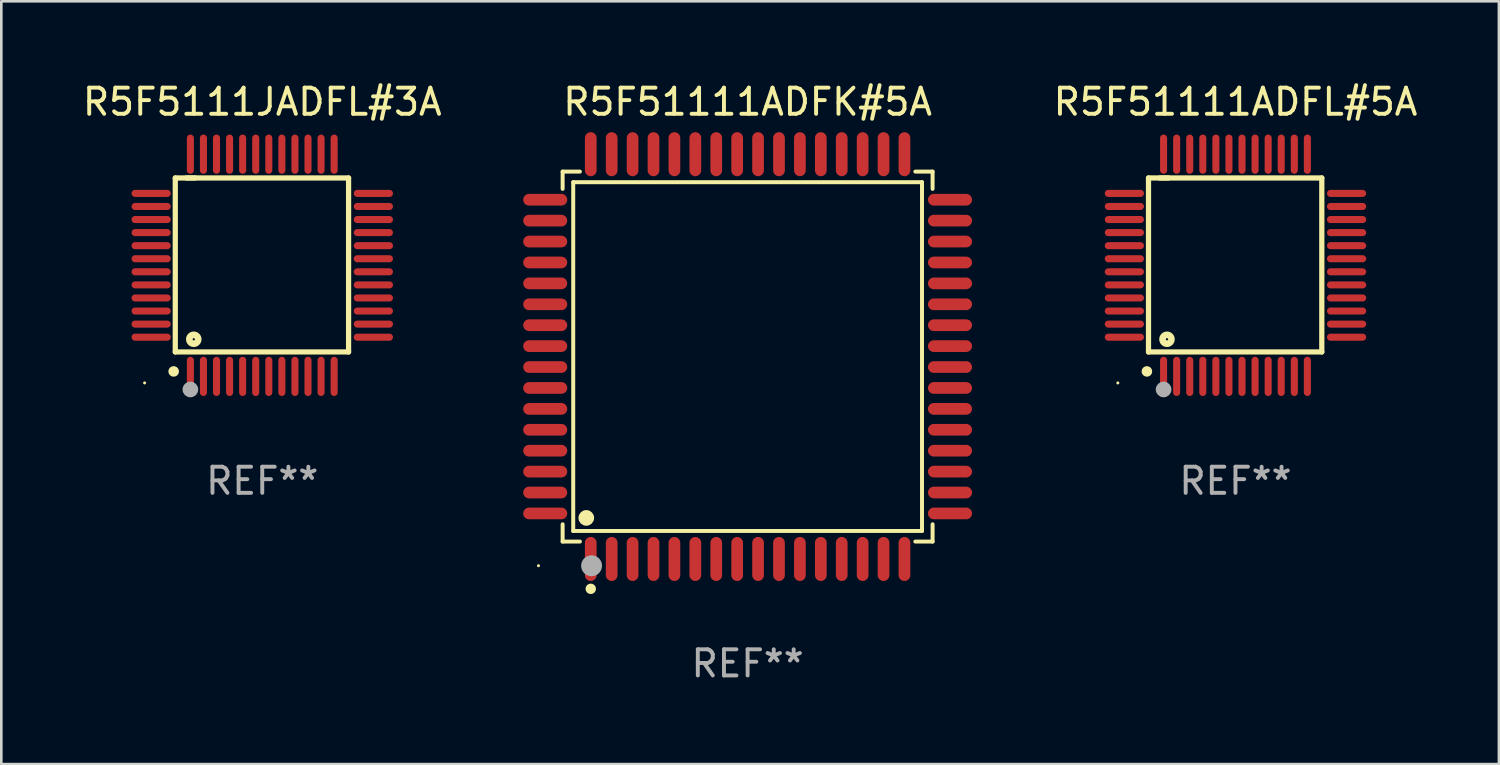
<source format=kicad_pcb>
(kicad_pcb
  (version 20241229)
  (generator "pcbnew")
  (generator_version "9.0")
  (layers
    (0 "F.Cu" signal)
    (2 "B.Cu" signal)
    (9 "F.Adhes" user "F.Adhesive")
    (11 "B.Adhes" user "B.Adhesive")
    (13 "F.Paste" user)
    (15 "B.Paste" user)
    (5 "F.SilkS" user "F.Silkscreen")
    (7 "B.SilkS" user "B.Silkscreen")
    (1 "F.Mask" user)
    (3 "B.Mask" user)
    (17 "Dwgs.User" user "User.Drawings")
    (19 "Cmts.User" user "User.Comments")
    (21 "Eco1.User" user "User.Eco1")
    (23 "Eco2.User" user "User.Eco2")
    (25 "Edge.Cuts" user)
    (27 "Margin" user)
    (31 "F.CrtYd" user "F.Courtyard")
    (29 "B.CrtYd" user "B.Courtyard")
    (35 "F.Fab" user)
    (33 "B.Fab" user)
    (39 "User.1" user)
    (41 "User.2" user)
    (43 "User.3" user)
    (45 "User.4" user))
  (footprint "R5F5111JADFL#3A"
    (layer "F.Cu")
    (at 6.982 7.098)
    (property "Reference" "R5F5111JADFL#3A" (at 0 -6.25 0) (layer "F.SilkS") (effects (font (size 1 1) (thickness 0.15))))
    (attr through_hole)
    (fp_line (start -3.327 -3.34) (end -2.565 -3.34) (stroke (width 0.2) (type solid)) (layer "F.SilkS"))
    (fp_line (start -3.327 3.315) (end -3.327 -3.34) (stroke (width 0.2) (type solid)) (layer "F.SilkS"))
    (fp_line (start -2.896 -3.34) (end 3.302 -3.34) (stroke (width 0.2) (type solid)) (layer "F.SilkS"))
    (fp_line (start 3.302 -3.34) (end 3.302 3.315) (stroke (width 0.2) (type solid)) (layer "F.SilkS"))
    (fp_line (start 3.302 3.315) (end -3.327 3.315) (stroke (width 0.2) (type solid)) (layer "F.SilkS"))
    (fp_arc (start -3.389992 4.059995) (mid -3.388722 4.059991) (end -3.387452 4.059995) (stroke (width 0.4) (type solid)) (layer "F.SilkS"))
    (fp_circle (center -4.5 4.5) (end -4.47 4.5) (stroke (width 0.06) (type solid)) (fill no) (layer "F.SilkS"))
    (fp_circle (center -2.62 2.83) (end -2.45 2.83) (stroke (width 0.254) (type solid)) (fill no) (layer "F.SilkS"))
    (fp_circle (center -2.75 4.75) (end -2.6 4.75) (stroke (width 0.3) (type solid)) (fill no) (layer "F.Fab"))
    (fp_text user "REF**" (at 0 8.25 0) (layer "F.Fab") (effects (font (size 1 1) (thickness 0.15))))
    (pad "1" smd oval (at -2.75 4.25) (size 0.27 1.5) (layers "F.Cu" "F.Mask" "F.Paste"))
    (pad "2" smd oval (at -2.25 4.25) (size 0.27 1.5) (layers "F.Cu" "F.Mask" "F.Paste"))
    (pad "3" smd oval (at -1.75 4.25) (size 0.27 1.5) (layers "F.Cu" "F.Mask" "F.Paste"))
    (pad "4" smd oval (at -1.25 4.25) (size 0.27 1.5) (layers "F.Cu" "F.Mask" "F.Paste"))
    (pad "5" smd oval (at -0.75 4.25) (size 0.27 1.5) (layers "F.Cu" "F.Mask" "F.Paste"))
    (pad "6" smd oval (at -0.25 4.25) (size 0.27 1.5) (layers "F.Cu" "F.Mask" "F.Paste"))
    (pad "7" smd oval (at 0.25 4.25) (size 0.27 1.5) (layers "F.Cu" "F.Mask" "F.Paste"))
    (pad "8" smd oval (at 0.75 4.25) (size 0.27 1.5) (layers "F.Cu" "F.Mask" "F.Paste"))
    (pad "9" smd oval (at 1.25 4.25) (size 0.27 1.5) (layers "F.Cu" "F.Mask" "F.Paste"))
    (pad "10" smd oval (at 1.75 4.25) (size 0.27 1.5) (layers "F.Cu" "F.Mask" "F.Paste"))
    (pad "11" smd oval (at 2.25 4.25) (size 0.27 1.5) (layers "F.Cu" "F.Mask" "F.Paste"))
    (pad "12" smd oval (at 2.75 4.25) (size 0.27 1.5) (layers "F.Cu" "F.Mask" "F.Paste"))
    (pad "13" smd oval (at 4.25 2.75) (size 1.5 0.27) (layers "F.Cu" "F.Mask" "F.Paste"))
    (pad "14" smd oval (at 4.25 2.25) (size 1.5 0.27) (layers "F.Cu" "F.Mask" "F.Paste"))
    (pad "15" smd oval (at 4.25 1.75) (size 1.5 0.27) (layers "F.Cu" "F.Mask" "F.Paste"))
    (pad "16" smd oval (at 4.25 1.25) (size 1.5 0.27) (layers "F.Cu" "F.Mask" "F.Paste"))
    (pad "17" smd oval (at 4.25 0.75) (size 1.5 0.27) (layers "F.Cu" "F.Mask" "F.Paste"))
    (pad "18" smd oval (at 4.25 0.25) (size 1.5 0.27) (layers "F.Cu" "F.Mask" "F.Paste"))
    (pad "19" smd oval (at 4.25 -0.25) (size 1.5 0.27) (layers "F.Cu" "F.Mask" "F.Paste"))
    (pad "20" smd oval (at 4.25 -0.75) (size 1.5 0.27) (layers "F.Cu" "F.Mask" "F.Paste"))
    (pad "21" smd oval (at 4.25 -1.25) (size 1.5 0.27) (layers "F.Cu" "F.Mask" "F.Paste"))
    (pad "22" smd oval (at 4.25 -1.75) (size 1.5 0.27) (layers "F.Cu" "F.Mask" "F.Paste"))
    (pad "23" smd oval (at 4.25 -2.25) (size 1.5 0.27) (layers "F.Cu" "F.Mask" "F.Paste"))
    (pad "24" smd oval (at 4.25 -2.75) (size 1.5 0.27) (layers "F.Cu" "F.Mask" "F.Paste"))
    (pad "25" smd oval (at 2.75 -4.25) (size 0.27 1.5) (layers "F.Cu" "F.Mask" "F.Paste"))
    (pad "26" smd oval (at 2.25 -4.25) (size 0.27 1.5) (layers "F.Cu" "F.Mask" "F.Paste"))
    (pad "27" smd oval (at 1.75 -4.25) (size 0.27 1.5) (layers "F.Cu" "F.Mask" "F.Paste"))
    (pad "28" smd oval (at 1.25 -4.25) (size 0.27 1.5) (layers "F.Cu" "F.Mask" "F.Paste"))
    (pad "29" smd oval (at 0.75 -4.25) (size 0.27 1.5) (layers "F.Cu" "F.Mask" "F.Paste"))
    (pad "30" smd oval (at 0.25 -4.25) (size 0.27 1.5) (layers "F.Cu" "F.Mask" "F.Paste"))
    (pad "31" smd oval (at -0.25 -4.25) (size 0.27 1.5) (layers "F.Cu" "F.Mask" "F.Paste"))
    (pad "32" smd oval (at -0.75 -4.25) (size 0.27 1.5) (layers "F.Cu" "F.Mask" "F.Paste"))
    (pad "33" smd oval (at -1.25 -4.25) (size 0.27 1.5) (layers "F.Cu" "F.Mask" "F.Paste"))
    (pad "34" smd oval (at -1.75 -4.25) (size 0.27 1.5) (layers "F.Cu" "F.Mask" "F.Paste"))
    (pad "35" smd oval (at -2.25 -4.25) (size 0.27 1.5) (layers "F.Cu" "F.Mask" "F.Paste"))
    (pad "36" smd oval (at -2.75 -4.25) (size 0.27 1.5) (layers "F.Cu" "F.Mask" "F.Paste"))
    (pad "37" smd oval (at -4.25 -2.75) (size 1.5 0.27) (layers "F.Cu" "F.Mask" "F.Paste"))
    (pad "38" smd oval (at -4.25 -2.25) (size 1.5 0.27) (layers "F.Cu" "F.Mask" "F.Paste"))
    (pad "39" smd oval (at -4.25 -1.75) (size 1.5 0.27) (layers "F.Cu" "F.Mask" "F.Paste"))
    (pad "40" smd oval (at -4.25 -1.25) (size 1.5 0.27) (layers "F.Cu" "F.Mask" "F.Paste"))
    (pad "41" smd oval (at -4.25 -0.75) (size 1.5 0.27) (layers "F.Cu" "F.Mask" "F.Paste"))
    (pad "42" smd oval (at -4.25 -0.25) (size 1.5 0.27) (layers "F.Cu" "F.Mask" "F.Paste"))
    (pad "43" smd oval (at -4.25 0.25) (size 1.5 0.27) (layers "F.Cu" "F.Mask" "F.Paste"))
    (pad "44" smd oval (at -4.25 0.75) (size 1.5 0.27) (layers "F.Cu" "F.Mask" "F.Paste"))
    (pad "45" smd oval (at -4.25 1.25) (size 1.5 0.27) (layers "F.Cu" "F.Mask" "F.Paste"))
    (pad "46" smd oval (at -4.25 1.75) (size 1.5 0.27) (layers "F.Cu" "F.Mask" "F.Paste"))
    (pad "47" smd oval (at -4.25 2.25) (size 1.5 0.27) (layers "F.Cu" "F.Mask" "F.Paste"))
    (pad "48" smd oval (at -4.25 2.75) (size 1.5 0.27) (layers "F.Cu" "F.Mask" "F.Paste")))
  (footprint "R5F51111ADFL#5A"
    (layer "F.Cu")
    (at 44.21 7.098)
    (property "Reference" "R5F51111ADFL#5A" (at 0 -6.25 0) (layer "F.SilkS") (effects (font (size 1 1) (thickness 0.15))))
    (attr through_hole)
    (fp_line (start -3.327 -3.34) (end -2.565 -3.34) (stroke (width 0.2) (type solid)) (layer "F.SilkS"))
    (fp_line (start -3.327 3.315) (end -3.327 -3.34) (stroke (width 0.2) (type solid)) (layer "F.SilkS"))
    (fp_line (start -2.896 -3.34) (end 3.302 -3.34) (stroke (width 0.2) (type solid)) (layer "F.SilkS"))
    (fp_line (start 3.302 -3.34) (end 3.302 3.315) (stroke (width 0.2) (type solid)) (layer "F.SilkS"))
    (fp_line (start 3.302 3.315) (end -3.327 3.315) (stroke (width 0.2) (type solid)) (layer "F.SilkS"))
    (fp_arc (start -3.389992 4.059995) (mid -3.388722 4.059991) (end -3.387452 4.059995) (stroke (width 0.4) (type solid)) (layer "F.SilkS"))
    (fp_circle (center -4.5 4.5) (end -4.47 4.5) (stroke (width 0.06) (type solid)) (fill no) (layer "F.SilkS"))
    (fp_circle (center -2.62 2.83) (end -2.45 2.83) (stroke (width 0.254) (type solid)) (fill no) (layer "F.SilkS"))
    (fp_circle (center -2.75 4.75) (end -2.6 4.75) (stroke (width 0.3) (type solid)) (fill no) (layer "F.Fab"))
    (fp_text user "REF**" (at 0 8.25 0) (layer "F.Fab") (effects (font (size 1 1) (thickness 0.15))))
    (pad "1" smd oval (at -2.75 4.25) (size 0.27 1.5) (layers "F.Cu" "F.Mask" "F.Paste"))
    (pad "2" smd oval (at -2.25 4.25) (size 0.27 1.5) (layers "F.Cu" "F.Mask" "F.Paste"))
    (pad "3" smd oval (at -1.75 4.25) (size 0.27 1.5) (layers "F.Cu" "F.Mask" "F.Paste"))
    (pad "4" smd oval (at -1.25 4.25) (size 0.27 1.5) (layers "F.Cu" "F.Mask" "F.Paste"))
    (pad "5" smd oval (at -0.75 4.25) (size 0.27 1.5) (layers "F.Cu" "F.Mask" "F.Paste"))
    (pad "6" smd oval (at -0.25 4.25) (size 0.27 1.5) (layers "F.Cu" "F.Mask" "F.Paste"))
    (pad "7" smd oval (at 0.25 4.25) (size 0.27 1.5) (layers "F.Cu" "F.Mask" "F.Paste"))
    (pad "8" smd oval (at 0.75 4.25) (size 0.27 1.5) (layers "F.Cu" "F.Mask" "F.Paste"))
    (pad "9" smd oval (at 1.25 4.25) (size 0.27 1.5) (layers "F.Cu" "F.Mask" "F.Paste"))
    (pad "10" smd oval (at 1.75 4.25) (size 0.27 1.5) (layers "F.Cu" "F.Mask" "F.Paste"))
    (pad "11" smd oval (at 2.25 4.25) (size 0.27 1.5) (layers "F.Cu" "F.Mask" "F.Paste"))
    (pad "12" smd oval (at 2.75 4.25) (size 0.27 1.5) (layers "F.Cu" "F.Mask" "F.Paste"))
    (pad "13" smd oval (at 4.25 2.75) (size 1.5 0.27) (layers "F.Cu" "F.Mask" "F.Paste"))
    (pad "14" smd oval (at 4.25 2.25) (size 1.5 0.27) (layers "F.Cu" "F.Mask" "F.Paste"))
    (pad "15" smd oval (at 4.25 1.75) (size 1.5 0.27) (layers "F.Cu" "F.Mask" "F.Paste"))
    (pad "16" smd oval (at 4.25 1.25) (size 1.5 0.27) (layers "F.Cu" "F.Mask" "F.Paste"))
    (pad "17" smd oval (at 4.25 0.75) (size 1.5 0.27) (layers "F.Cu" "F.Mask" "F.Paste"))
    (pad "18" smd oval (at 4.25 0.25) (size 1.5 0.27) (layers "F.Cu" "F.Mask" "F.Paste"))
    (pad "19" smd oval (at 4.25 -0.25) (size 1.5 0.27) (layers "F.Cu" "F.Mask" "F.Paste"))
    (pad "20" smd oval (at 4.25 -0.75) (size 1.5 0.27) (layers "F.Cu" "F.Mask" "F.Paste"))
    (pad "21" smd oval (at 4.25 -1.25) (size 1.5 0.27) (layers "F.Cu" "F.Mask" "F.Paste"))
    (pad "22" smd oval (at 4.25 -1.75) (size 1.5 0.27) (layers "F.Cu" "F.Mask" "F.Paste"))
    (pad "23" smd oval (at 4.25 -2.25) (size 1.5 0.27) (layers "F.Cu" "F.Mask" "F.Paste"))
    (pad "24" smd oval (at 4.25 -2.75) (size 1.5 0.27) (layers "F.Cu" "F.Mask" "F.Paste"))
    (pad "25" smd oval (at 2.75 -4.25) (size 0.27 1.5) (layers "F.Cu" "F.Mask" "F.Paste"))
    (pad "26" smd oval (at 2.25 -4.25) (size 0.27 1.5) (layers "F.Cu" "F.Mask" "F.Paste"))
    (pad "27" smd oval (at 1.75 -4.25) (size 0.27 1.5) (layers "F.Cu" "F.Mask" "F.Paste"))
    (pad "28" smd oval (at 1.25 -4.25) (size 0.27 1.5) (layers "F.Cu" "F.Mask" "F.Paste"))
    (pad "29" smd oval (at 0.75 -4.25) (size 0.27 1.5) (layers "F.Cu" "F.Mask" "F.Paste"))
    (pad "30" smd oval (at 0.25 -4.25) (size 0.27 1.5) (layers "F.Cu" "F.Mask" "F.Paste"))
    (pad "31" smd oval (at -0.25 -4.25) (size 0.27 1.5) (layers "F.Cu" "F.Mask" "F.Paste"))
    (pad "32" smd oval (at -0.75 -4.25) (size 0.27 1.5) (layers "F.Cu" "F.Mask" "F.Paste"))
    (pad "33" smd oval (at -1.25 -4.25) (size 0.27 1.5) (layers "F.Cu" "F.Mask" "F.Paste"))
    (pad "34" smd oval (at -1.75 -4.25) (size 0.27 1.5) (layers "F.Cu" "F.Mask" "F.Paste"))
    (pad "35" smd oval (at -2.25 -4.25) (size 0.27 1.5) (layers "F.Cu" "F.Mask" "F.Paste"))
    (pad "36" smd oval (at -2.75 -4.25) (size 0.27 1.5) (layers "F.Cu" "F.Mask" "F.Paste"))
    (pad "37" smd oval (at -4.25 -2.75) (size 1.5 0.27) (layers "F.Cu" "F.Mask" "F.Paste"))
    (pad "38" smd oval (at -4.25 -2.25) (size 1.5 0.27) (layers "F.Cu" "F.Mask" "F.Paste"))
    (pad "39" smd oval (at -4.25 -1.75) (size 1.5 0.27) (layers "F.Cu" "F.Mask" "F.Paste"))
    (pad "40" smd oval (at -4.25 -1.25) (size 1.5 0.27) (layers "F.Cu" "F.Mask" "F.Paste"))
    (pad "41" smd oval (at -4.25 -0.75) (size 1.5 0.27) (layers "F.Cu" "F.Mask" "F.Paste"))
    (pad "42" smd oval (at -4.25 -0.25) (size 1.5 0.27) (layers "F.Cu" "F.Mask" "F.Paste"))
    (pad "43" smd oval (at -4.25 0.25) (size 1.5 0.27) (layers "F.Cu" "F.Mask" "F.Paste"))
    (pad "44" smd oval (at -4.25 0.75) (size 1.5 0.27) (layers "F.Cu" "F.Mask" "F.Paste"))
    (pad "45" smd oval (at -4.25 1.25) (size 1.5 0.27) (layers "F.Cu" "F.Mask" "F.Paste"))
    (pad "46" smd oval (at -4.25 1.75) (size 1.5 0.27) (layers "F.Cu" "F.Mask" "F.Paste"))
    (pad "47" smd oval (at -4.25 2.25) (size 1.5 0.27) (layers "F.Cu" "F.Mask" "F.Paste"))
    (pad "48" smd oval (at -4.25 2.75) (size 1.5 0.27) (layers "F.Cu" "F.Mask" "F.Paste")))
  (footprint "R5F51111ADFK#5A"
    (layer "F.Cu")
    (at 25.548 10.59)
    (property "Reference" "R5F51111ADFK#5A" (at 0 -9.742 0) (layer "F.SilkS") (effects (font (size 1 1) (thickness 0.15))))
    (attr through_hole)
    (fp_line (start -7.076 -7.076) (end -6.415 -7.076) (stroke (width 0.152) (type solid)) (layer "F.SilkS"))
    (fp_line (start -7.076 -6.415) (end -7.076 -7.076) (stroke (width 0.152) (type solid)) (layer "F.SilkS"))
    (fp_line (start -7.076 6.415) (end -7.076 7.076) (stroke (width 0.152) (type solid)) (layer "F.SilkS"))
    (fp_line (start -7.076 7.076) (end -6.415 7.076) (stroke (width 0.152) (type solid)) (layer "F.SilkS"))
    (fp_line (start -6.671 -6.671) (end 6.671 -6.671) (stroke (width 0.152) (type solid)) (layer "F.SilkS"))
    (fp_line (start -6.671 6.671) (end -6.671 -6.671) (stroke (width 0.152) (type solid)) (layer "F.SilkS"))
    (fp_line (start 6.671 -6.671) (end 6.671 6.671) (stroke (width 0.152) (type solid)) (layer "F.SilkS"))
    (fp_line (start 6.671 6.671) (end -6.671 6.671) (stroke (width 0.152) (type solid)) (layer "F.SilkS"))
    (fp_line (start 7.076 -7.076) (end 6.415 -7.076) (stroke (width 0.152) (type solid)) (layer "F.SilkS"))
    (fp_line (start 7.076 -6.415) (end 7.076 -7.076) (stroke (width 0.152) (type solid)) (layer "F.SilkS"))
    (fp_line (start 7.076 6.415) (end 7.076 7.076) (stroke (width 0.152) (type solid)) (layer "F.SilkS"))
    (fp_line (start 7.076 7.076) (end 6.415 7.076) (stroke (width 0.152) (type solid)) (layer "F.SilkS"))
    (fp_circle (center -8 8) (end -7.97 8) (stroke (width 0.06) (type solid)) (fill no) (layer "F.SilkS"))
    (fp_circle (center -6.171 6.171) (end -6.021 6.171) (stroke (width 0.3) (type solid)) (fill no) (layer "F.SilkS"))
    (fp_circle (center -6 8.884) (end -5.9 8.884) (stroke (width 0.2) (type solid)) (fill no) (layer "F.SilkS"))
    (fp_circle (center -5.969 8.001) (end -5.769 8.001) (stroke (width 0.4) (type solid)) (fill no) (layer "F.Fab"))
    (fp_text user "REF**" (at 0 11.742 0) (layer "F.Fab") (effects (font (size 1 1) (thickness 0.15))))
    (pad "1" smd oval (at -6 7.742) (size 0.448 1.684) (layers "F.Cu" "F.Mask" "F.Paste"))
    (pad "2" smd oval (at -5.2 7.742) (size 0.448 1.684) (layers "F.Cu" "F.Mask" "F.Paste"))
    (pad "3" smd oval (at -4.4 7.742) (size 0.448 1.684) (layers "F.Cu" "F.Mask" "F.Paste"))
    (pad "4" smd oval (at -3.6 7.742) (size 0.448 1.684) (layers "F.Cu" "F.Mask" "F.Paste"))
    (pad "5" smd oval (at -2.8 7.742) (size 0.448 1.684) (layers "F.Cu" "F.Mask" "F.Paste"))
    (pad "6" smd oval (at -2 7.742) (size 0.448 1.684) (layers "F.Cu" "F.Mask" "F.Paste"))
    (pad "7" smd oval (at -1.2 7.742) (size 0.448 1.684) (layers "F.Cu" "F.Mask" "F.Paste"))
    (pad "8" smd oval (at -0.4 7.742) (size 0.448 1.684) (layers "F.Cu" "F.Mask" "F.Paste"))
    (pad "9" smd oval (at 0.4 7.742) (size 0.448 1.684) (layers "F.Cu" "F.Mask" "F.Paste"))
    (pad "10" smd oval (at 1.2 7.742) (size 0.448 1.684) (layers "F.Cu" "F.Mask" "F.Paste"))
    (pad "11" smd oval (at 2 7.742) (size 0.448 1.684) (layers "F.Cu" "F.Mask" "F.Paste"))
    (pad "12" smd oval (at 2.8 7.742) (size 0.448 1.684) (layers "F.Cu" "F.Mask" "F.Paste"))
    (pad "13" smd oval (at 3.6 7.742) (size 0.448 1.684) (layers "F.Cu" "F.Mask" "F.Paste"))
    (pad "14" smd oval (at 4.4 7.742) (size 0.448 1.684) (layers "F.Cu" "F.Mask" "F.Paste"))
    (pad "15" smd oval (at 5.2 7.742) (size 0.448 1.684) (layers "F.Cu" "F.Mask" "F.Paste"))
    (pad "16" smd oval (at 6 7.742) (size 0.448 1.684) (layers "F.Cu" "F.Mask" "F.Paste"))
    (pad "17" smd oval (at 7.742 6) (size 1.684 0.448) (layers "F.Cu" "F.Mask" "F.Paste"))
    (pad "18" smd oval (at 7.742 5.2) (size 1.684 0.448) (layers "F.Cu" "F.Mask" "F.Paste"))
    (pad "19" smd oval (at 7.742 4.4) (size 1.684 0.448) (layers "F.Cu" "F.Mask" "F.Paste"))
    (pad "20" smd oval (at 7.742 3.6) (size 1.684 0.448) (layers "F.Cu" "F.Mask" "F.Paste"))
    (pad "21" smd oval (at 7.742 2.8) (size 1.684 0.448) (layers "F.Cu" "F.Mask" "F.Paste"))
    (pad "22" smd oval (at 7.742 2) (size 1.684 0.448) (layers "F.Cu" "F.Mask" "F.Paste"))
    (pad "23" smd oval (at 7.742 1.2) (size 1.684 0.448) (layers "F.Cu" "F.Mask" "F.Paste"))
    (pad "24" smd oval (at 7.742 0.4) (size 1.684 0.448) (layers "F.Cu" "F.Mask" "F.Paste"))
    (pad "25" smd oval (at 7.742 -0.4) (size 1.684 0.448) (layers "F.Cu" "F.Mask" "F.Paste"))
    (pad "26" smd oval (at 7.742 -1.2) (size 1.684 0.448) (layers "F.Cu" "F.Mask" "F.Paste"))
    (pad "27" smd oval (at 7.742 -2) (size 1.684 0.448) (layers "F.Cu" "F.Mask" "F.Paste"))
    (pad "28" smd oval (at 7.742 -2.8) (size 1.684 0.448) (layers "F.Cu" "F.Mask" "F.Paste"))
    (pad "29" smd oval (at 7.742 -3.6) (size 1.684 0.448) (layers "F.Cu" "F.Mask" "F.Paste"))
    (pad "30" smd oval (at 7.742 -4.4) (size 1.684 0.448) (layers "F.Cu" "F.Mask" "F.Paste"))
    (pad "31" smd oval (at 7.742 -5.2) (size 1.684 0.448) (layers "F.Cu" "F.Mask" "F.Paste"))
    (pad "32" smd oval (at 7.742 -6) (size 1.684 0.448) (layers "F.Cu" "F.Mask" "F.Paste"))
    (pad "33" smd oval (at 6 -7.742) (size 0.448 1.684) (layers "F.Cu" "F.Mask" "F.Paste"))
    (pad "34" smd oval (at 5.2 -7.742) (size 0.448 1.684) (layers "F.Cu" "F.Mask" "F.Paste"))
    (pad "35" smd oval (at 4.4 -7.742) (size 0.448 1.684) (layers "F.Cu" "F.Mask" "F.Paste"))
    (pad "36" smd oval (at 3.6 -7.742) (size 0.448 1.684) (layers "F.Cu" "F.Mask" "F.Paste"))
    (pad "37" smd oval (at 2.8 -7.742) (size 0.448 1.684) (layers "F.Cu" "F.Mask" "F.Paste"))
    (pad "38" smd oval (at 2 -7.742) (size 0.448 1.684) (layers "F.Cu" "F.Mask" "F.Paste"))
    (pad "39" smd oval (at 1.2 -7.742) (size 0.448 1.684) (layers "F.Cu" "F.Mask" "F.Paste"))
    (pad "40" smd oval (at 0.4 -7.742) (size 0.448 1.684) (layers "F.Cu" "F.Mask" "F.Paste"))
    (pad "41" smd oval (at -0.4 -7.742) (size 0.448 1.684) (layers "F.Cu" "F.Mask" "F.Paste"))
    (pad "42" smd oval (at -1.2 -7.742) (size 0.448 1.684) (layers "F.Cu" "F.Mask" "F.Paste"))
    (pad "43" smd oval (at -2 -7.742) (size 0.448 1.684) (layers "F.Cu" "F.Mask" "F.Paste"))
    (pad "44" smd oval (at -2.8 -7.742) (size 0.448 1.684) (layers "F.Cu" "F.Mask" "F.Paste"))
    (pad "45" smd oval (at -3.6 -7.742) (size 0.448 1.684) (layers "F.Cu" "F.Mask" "F.Paste"))
    (pad "46" smd oval (at -4.4 -7.742) (size 0.448 1.684) (layers "F.Cu" "F.Mask" "F.Paste"))
    (pad "47" smd oval (at -5.2 -7.742) (size 0.448 1.684) (layers "F.Cu" "F.Mask" "F.Paste"))
    (pad "48" smd oval (at -6 -7.742) (size 0.448 1.684) (layers "F.Cu" "F.Mask" "F.Paste"))
    (pad "49" smd oval (at -7.742 -6) (size 1.684 0.448) (layers "F.Cu" "F.Mask" "F.Paste"))
    (pad "50" smd oval (at -7.742 -5.2) (size 1.684 0.448) (layers "F.Cu" "F.Mask" "F.Paste"))
    (pad "51" smd oval (at -7.742 -4.4) (size 1.684 0.448) (layers "F.Cu" "F.Mask" "F.Paste"))
    (pad "52" smd oval (at -7.742 -3.6) (size 1.684 0.448) (layers "F.Cu" "F.Mask" "F.Paste"))
    (pad "53" smd oval (at -7.742 -2.8) (size 1.684 0.448) (layers "F.Cu" "F.Mask" "F.Paste"))
    (pad "54" smd oval (at -7.742 -2) (size 1.684 0.448) (layers "F.Cu" "F.Mask" "F.Paste"))
    (pad "55" smd oval (at -7.742 -1.2) (size 1.684 0.448) (layers "F.Cu" "F.Mask" "F.Paste"))
    (pad "56" smd oval (at -7.742 -0.4) (size 1.684 0.448) (layers "F.Cu" "F.Mask" "F.Paste"))
    (pad "57" smd oval (at -7.742 0.4) (size 1.684 0.448) (layers "F.Cu" "F.Mask" "F.Paste"))
    (pad "58" smd oval (at -7.742 1.2) (size 1.684 0.448) (layers "F.Cu" "F.Mask" "F.Paste"))
    (pad "59" smd oval (at -7.742 2) (size 1.684 0.448) (layers "F.Cu" "F.Mask" "F.Paste"))
    (pad "60" smd oval (at -7.742 2.8) (size 1.684 0.448) (layers "F.Cu" "F.Mask" "F.Paste"))
    (pad "61" smd oval (at -7.742 3.6) (size 1.684 0.448) (layers "F.Cu" "F.Mask" "F.Paste"))
    (pad "62" smd oval (at -7.742 4.4) (size 1.684 0.448) (layers "F.Cu" "F.Mask" "F.Paste"))
    (pad "63" smd oval (at -7.742 5.2) (size 1.684 0.448) (layers "F.Cu" "F.Mask" "F.Paste"))
    (pad "64" smd oval (at -7.742 6) (size 1.684 0.448) (layers "F.Cu" "F.Mask" "F.Paste")))
  (gr_rect
    (start -3 -3)
    (end 54.287 26.18)
    (stroke (width 0.1) (type default))
    (fill no)
    (layer "Edge.Cuts")))
</source>
